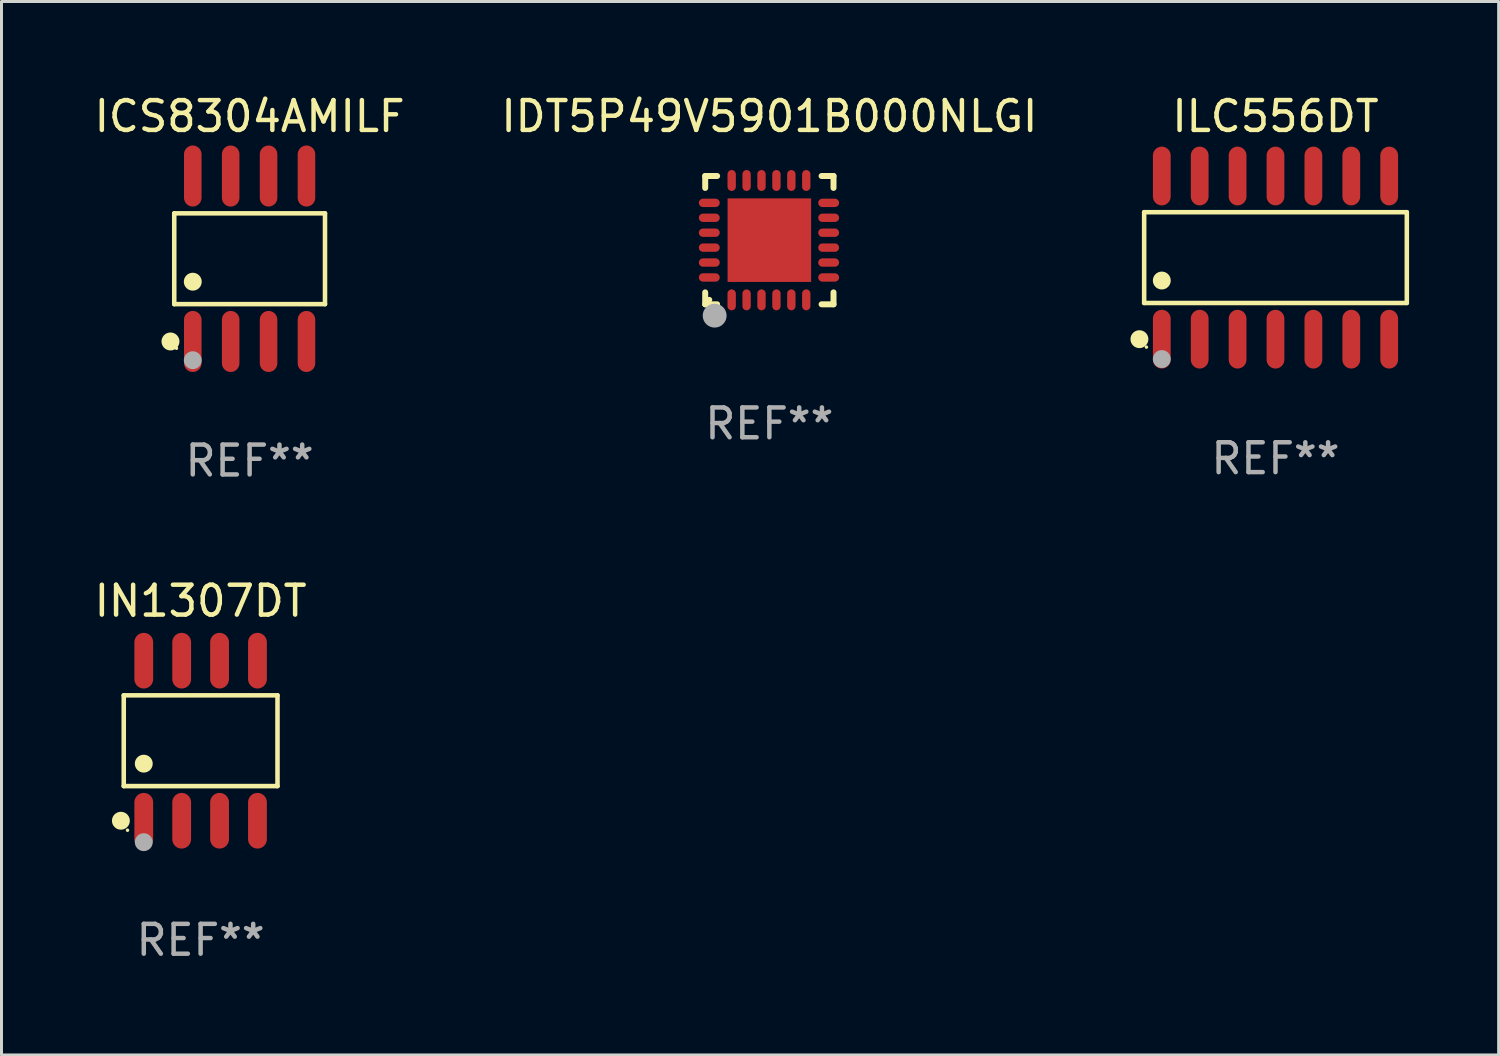
<source format=kicad_pcb>
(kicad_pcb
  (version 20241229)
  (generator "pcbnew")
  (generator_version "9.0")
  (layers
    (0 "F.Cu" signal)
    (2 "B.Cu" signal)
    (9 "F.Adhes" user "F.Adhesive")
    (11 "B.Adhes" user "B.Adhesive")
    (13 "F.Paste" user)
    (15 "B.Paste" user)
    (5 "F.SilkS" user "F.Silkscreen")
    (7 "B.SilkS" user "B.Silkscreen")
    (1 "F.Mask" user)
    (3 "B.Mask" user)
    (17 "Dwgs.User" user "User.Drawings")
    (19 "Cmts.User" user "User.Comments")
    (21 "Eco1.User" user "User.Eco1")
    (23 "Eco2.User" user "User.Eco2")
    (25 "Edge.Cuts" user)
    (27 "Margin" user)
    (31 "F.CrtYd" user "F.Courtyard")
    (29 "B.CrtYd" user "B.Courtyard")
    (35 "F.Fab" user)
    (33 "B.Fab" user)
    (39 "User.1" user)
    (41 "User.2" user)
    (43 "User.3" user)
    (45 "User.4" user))
  (footprint "IDT5P49V5901B000NLGI"
    (layer "F.Cu")
    (at 22.732 4.998)
    (property "Reference" "IDT5P49V5901B000NLGI" (at 0 -4.15 0) (layer "F.SilkS") (effects (font (size 1 1) (thickness 0.15))))
    (attr through_hole)
    (fp_line (start -2.15 -2.15) (end -1.75 -2.15) (stroke (width 0.2) (type solid)) (layer "F.SilkS"))
    (fp_line (start -2.15 -1.75) (end -2.15 -2.15) (stroke (width 0.2) (type solid)) (layer "F.SilkS"))
    (fp_line (start -2.15 2.15) (end -2.15 1.75) (stroke (width 0.2) (type solid)) (layer "F.SilkS"))
    (fp_line (start -1.75 2.15) (end -2.15 2.15) (stroke (width 0.2) (type solid)) (layer "F.SilkS"))
    (fp_line (start 2.15 -2.15) (end 1.75 -2.15) (stroke (width 0.2) (type solid)) (layer "F.SilkS"))
    (fp_line (start 2.15 -1.75) (end 2.15 -2.15) (stroke (width 0.2) (type solid)) (layer "F.SilkS"))
    (fp_line (start 2.15 1.75) (end 2.15 2.15) (stroke (width 0.2) (type solid)) (layer "F.SilkS"))
    (fp_line (start 2.15 2.15) (end 1.75 2.15) (stroke (width 0.2) (type solid)) (layer "F.SilkS"))
    (fp_circle (center -2.013 2) (end -1.963 2) (stroke (width 0.1) (type solid)) (fill no) (layer "F.SilkS"))
    (fp_circle (center -1.833 2.53) (end -1.633 2.53) (stroke (width 0.4) (type solid)) (fill no) (layer "F.Fab"))
    (fp_text user "REF**" (at 0 6.15 0) (layer "F.Fab") (effects (font (size 1 1) (thickness 0.15))))
    (pad "1" smd oval (at -1.263 2 180) (size 0.28 0.7) (layers "F.Cu" "F.Mask" "F.Paste"))
    (pad "2" smd oval (at -0.763 2 180) (size 0.28 0.7) (layers "F.Cu" "F.Mask" "F.Paste"))
    (pad "3" smd oval (at -0.263 2 180) (size 0.28 0.7) (layers "F.Cu" "F.Mask" "F.Paste"))
    (pad "4" smd oval (at 0.237 2 180) (size 0.28 0.7) (layers "F.Cu" "F.Mask" "F.Paste"))
    (pad "5" smd oval (at 0.737 2 180) (size 0.28 0.7) (layers "F.Cu" "F.Mask" "F.Paste"))
    (pad "6" smd oval (at 1.237 2 180) (size 0.28 0.7) (layers "F.Cu" "F.Mask" "F.Paste"))
    (pad "7" smd oval (at 1.987 1.25 90) (size 0.28 0.7) (layers "F.Cu" "F.Mask" "F.Paste"))
    (pad "8" smd oval (at 1.987 0.75 90) (size 0.28 0.7) (layers "F.Cu" "F.Mask" "F.Paste"))
    (pad "9" smd oval (at 1.987 0.25 90) (size 0.28 0.7) (layers "F.Cu" "F.Mask" "F.Paste"))
    (pad "10" smd oval (at 1.987 -0.25 90) (size 0.28 0.7) (layers "F.Cu" "F.Mask" "F.Paste"))
    (pad "11" smd oval (at 1.987 -0.75 90) (size 0.28 0.7) (layers "F.Cu" "F.Mask" "F.Paste"))
    (pad "12" smd oval (at 1.987 -1.25 90) (size 0.28 0.7) (layers "F.Cu" "F.Mask" "F.Paste"))
    (pad "13" smd oval (at 1.237 -2 180) (size 0.28 0.7) (layers "F.Cu" "F.Mask" "F.Paste"))
    (pad "14" smd oval (at 0.737 -2 180) (size 0.28 0.7) (layers "F.Cu" "F.Mask" "F.Paste"))
    (pad "15" smd oval (at 0.237 -2 180) (size 0.28 0.7) (layers "F.Cu" "F.Mask" "F.Paste"))
    (pad "16" smd oval (at -0.263 -2 180) (size 0.28 0.7) (layers "F.Cu" "F.Mask" "F.Paste"))
    (pad "17" smd oval (at -0.763 -2 180) (size 0.28 0.7) (layers "F.Cu" "F.Mask" "F.Paste"))
    (pad "18" smd oval (at -1.263 -2 180) (size 0.28 0.7) (layers "F.Cu" "F.Mask" "F.Paste"))
    (pad "19" smd oval (at -2.013 -1.25 90) (size 0.28 0.7) (layers "F.Cu" "F.Mask" "F.Paste"))
    (pad "20" smd oval (at -2.013 -0.75 90) (size 0.28 0.7) (layers "F.Cu" "F.Mask" "F.Paste"))
    (pad "21" smd oval (at -2.013 -0.25 90) (size 0.28 0.7) (layers "F.Cu" "F.Mask" "F.Paste"))
    (pad "22" smd oval (at -2.013 0.25 90) (size 0.28 0.7) (layers "F.Cu" "F.Mask" "F.Paste"))
    (pad "23" smd oval (at -2.013 0.75 90) (size 0.28 0.7) (layers "F.Cu" "F.Mask" "F.Paste"))
    (pad "24" smd oval (at -2.013 1.25 90) (size 0.28 0.7) (layers "F.Cu" "F.Mask" "F.Paste"))
    (pad "25" smd rect (at -0.000013 0 90) (size 2.8 2.8) (layers "F.Cu" "F.Mask" "F.Paste")))
  (footprint "ICS8304AMILF"
    (layer "F.Cu")
    (at 5.315 5.621)
    (property "Reference" "ICS8304AMILF" (at 0 -4.772 0) (layer "F.SilkS") (effects (font (size 1 1) (thickness 0.15))))
    (attr through_hole)
    (fp_line (start -2.526 -1.521) (end 2.526 -1.521) (stroke (width 0.152) (type solid)) (layer "F.SilkS"))
    (fp_line (start -2.526 1.521) (end -2.526 -1.521) (stroke (width 0.152) (type solid)) (layer "F.SilkS"))
    (fp_line (start 2.526 -1.521) (end 2.526 1.521) (stroke (width 0.152) (type solid)) (layer "F.SilkS"))
    (fp_line (start 2.526 1.521) (end -2.526 1.521) (stroke (width 0.152) (type solid)) (layer "F.SilkS"))
    (fp_circle (center -2.652 2.772) (end -2.501 2.772) (stroke (width 0.3) (type solid)) (fill no) (layer "F.SilkS"))
    (fp_circle (center -2.45 3) (end -2.42 3) (stroke (width 0.06) (type solid)) (fill no) (layer "F.SilkS"))
    (fp_circle (center -1.905 0.769) (end -1.755 0.769) (stroke (width 0.3) (type solid)) (fill no) (layer "F.SilkS"))
    (fp_circle (center -1.905 3.4) (end -1.755 3.4) (stroke (width 0.3) (type solid)) (fill no) (layer "F.Fab"))
    (fp_text user "REF**" (at 0 6.772 0) (layer "F.Fab") (effects (font (size 1 1) (thickness 0.15))))
    (pad "1" smd oval (at -1.905 2.772) (size 0.588 2.045) (layers "F.Cu" "F.Mask" "F.Paste"))
    (pad "2" smd oval (at -0.635 2.772) (size 0.588 2.045) (layers "F.Cu" "F.Mask" "F.Paste"))
    (pad "3" smd oval (at 0.635 2.772) (size 0.588 2.045) (layers "F.Cu" "F.Mask" "F.Paste"))
    (pad "4" smd oval (at 1.905 2.772) (size 0.588 2.045) (layers "F.Cu" "F.Mask" "F.Paste"))
    (pad "5" smd oval (at 1.905 -2.772) (size 0.588 2.045) (layers "F.Cu" "F.Mask" "F.Paste"))
    (pad "6" smd oval (at 0.635 -2.772) (size 0.588 2.045) (layers "F.Cu" "F.Mask" "F.Paste"))
    (pad "7" smd oval (at -0.635 -2.772) (size 0.588 2.045) (layers "F.Cu" "F.Mask" "F.Paste"))
    (pad "8" smd oval (at -1.905 -2.772) (size 0.588 2.045) (layers "F.Cu" "F.Mask" "F.Paste")))
  (footprint "IN1307DT"
    (layer "F.Cu")
    (at 3.673 21.772)
    (property "Reference" "IN1307DT" (at 0 -4.682 0) (layer "F.SilkS") (effects (font (size 1 1) (thickness 0.15))))
    (attr through_hole)
    (fp_line (start -2.576 -1.521) (end 2.576 -1.521) (stroke (width 0.152) (type solid)) (layer "F.SilkS"))
    (fp_line (start -2.576 1.521) (end -2.576 -1.521) (stroke (width 0.152) (type solid)) (layer "F.SilkS"))
    (fp_line (start 2.576 -1.521) (end 2.576 1.521) (stroke (width 0.152) (type solid)) (layer "F.SilkS"))
    (fp_line (start 2.576 1.521) (end -2.576 1.521) (stroke (width 0.152) (type solid)) (layer "F.SilkS"))
    (fp_circle (center -2.672 2.682) (end -2.522 2.682) (stroke (width 0.3) (type solid)) (fill no) (layer "F.SilkS"))
    (fp_circle (center -2.45 3) (end -2.42 3) (stroke (width 0.06) (type solid)) (fill no) (layer "F.SilkS"))
    (fp_circle (center -1.905 0.769) (end -1.755 0.769) (stroke (width 0.3) (type solid)) (fill no) (layer "F.SilkS"))
    (fp_circle (center -1.905 3.4) (end -1.755 3.4) (stroke (width 0.3) (type solid)) (fill no) (layer "F.Fab"))
    (fp_text user "REF**" (at 0 6.682 0) (layer "F.Fab") (effects (font (size 1 1) (thickness 0.15))))
    (pad "1" smd oval (at -1.905 2.682) (size 0.63 1.865) (layers "F.Cu" "F.Mask" "F.Paste"))
    (pad "2" smd oval (at -0.635 2.682) (size 0.63 1.865) (layers "F.Cu" "F.Mask" "F.Paste"))
    (pad "3" smd oval (at 0.635 2.682) (size 0.63 1.865) (layers "F.Cu" "F.Mask" "F.Paste"))
    (pad "4" smd oval (at 1.905 2.682) (size 0.63 1.865) (layers "F.Cu" "F.Mask" "F.Paste"))
    (pad "5" smd oval (at 1.905 -2.682) (size 0.63 1.865) (layers "F.Cu" "F.Mask" "F.Paste"))
    (pad "6" smd oval (at 0.635 -2.682) (size 0.63 1.865) (layers "F.Cu" "F.Mask" "F.Paste"))
    (pad "7" smd oval (at -0.635 -2.682) (size 0.63 1.865) (layers "F.Cu" "F.Mask" "F.Paste"))
    (pad "8" smd oval (at -1.905 -2.682) (size 0.63 1.865) (layers "F.Cu" "F.Mask" "F.Paste")))
  (footprint "ILC556DT"
    (layer "F.Cu")
    (at 39.693 5.582)
    (property "Reference" "ILC556DT" (at 0 -4.734 0) (layer "F.SilkS") (effects (font (size 1 1) (thickness 0.15))))
    (attr through_hole)
    (fp_line (start -4.401 -1.521) (end 4.401 -1.521) (stroke (width 0.152) (type solid)) (layer "F.SilkS"))
    (fp_line (start -4.401 1.521) (end -4.401 -1.521) (stroke (width 0.152) (type solid)) (layer "F.SilkS"))
    (fp_line (start 4.401 -1.521) (end 4.401 1.521) (stroke (width 0.152) (type solid)) (layer "F.SilkS"))
    (fp_line (start 4.401 1.521) (end -4.401 1.521) (stroke (width 0.152) (type solid)) (layer "F.SilkS"))
    (fp_circle (center -4.56 2.734) (end -4.41 2.734) (stroke (width 0.3) (type solid)) (fill no) (layer "F.SilkS"))
    (fp_circle (center -4.325 3) (end -4.295 3) (stroke (width 0.06) (type solid)) (fill no) (layer "F.SilkS"))
    (fp_circle (center -3.81 0.769) (end -3.66 0.769) (stroke (width 0.3) (type solid)) (fill no) (layer "F.SilkS"))
    (fp_circle (center -3.81 3.4) (end -3.66 3.4) (stroke (width 0.3) (type solid)) (fill no) (layer "F.Fab"))
    (fp_text user "REF**" (at 0 6.734 0) (layer "F.Fab") (effects (font (size 1 1) (thickness 0.15))))
    (pad "1" smd oval (at -3.81 2.734) (size 0.595 1.968) (layers "F.Cu" "F.Mask" "F.Paste"))
    (pad "2" smd oval (at -2.54 2.734) (size 0.595 1.968) (layers "F.Cu" "F.Mask" "F.Paste"))
    (pad "3" smd oval (at -1.27 2.734) (size 0.595 1.968) (layers "F.Cu" "F.Mask" "F.Paste"))
    (pad "4" smd oval (at 0 2.734) (size 0.595 1.968) (layers "F.Cu" "F.Mask" "F.Paste"))
    (pad "5" smd oval (at 1.27 2.734) (size 0.595 1.968) (layers "F.Cu" "F.Mask" "F.Paste"))
    (pad "6" smd oval (at 2.54 2.734) (size 0.595 1.968) (layers "F.Cu" "F.Mask" "F.Paste"))
    (pad "7" smd oval (at 3.81 2.734) (size 0.595 1.968) (layers "F.Cu" "F.Mask" "F.Paste"))
    (pad "8" smd oval (at 3.81 -2.734) (size 0.595 1.968) (layers "F.Cu" "F.Mask" "F.Paste"))
    (pad "9" smd oval (at 2.54 -2.734) (size 0.595 1.968) (layers "F.Cu" "F.Mask" "F.Paste"))
    (pad "10" smd oval (at 1.27 -2.734) (size 0.595 1.968) (layers "F.Cu" "F.Mask" "F.Paste"))
    (pad "11" smd oval (at 0 -2.734) (size 0.595 1.968) (layers "F.Cu" "F.Mask" "F.Paste"))
    (pad "12" smd oval (at -1.27 -2.734) (size 0.595 1.968) (layers "F.Cu" "F.Mask" "F.Paste"))
    (pad "13" smd oval (at -2.54 -2.734) (size 0.595 1.968) (layers "F.Cu" "F.Mask" "F.Paste"))
    (pad "14" smd oval (at -3.81 -2.734) (size 0.595 1.968) (layers "F.Cu" "F.Mask" "F.Paste")))
  (gr_rect
    (start -3 -3)
    (end 47.171 32.303)
    (stroke (width 0.1) (type default))
    (fill no)
    (layer "Edge.Cuts")))
</source>
